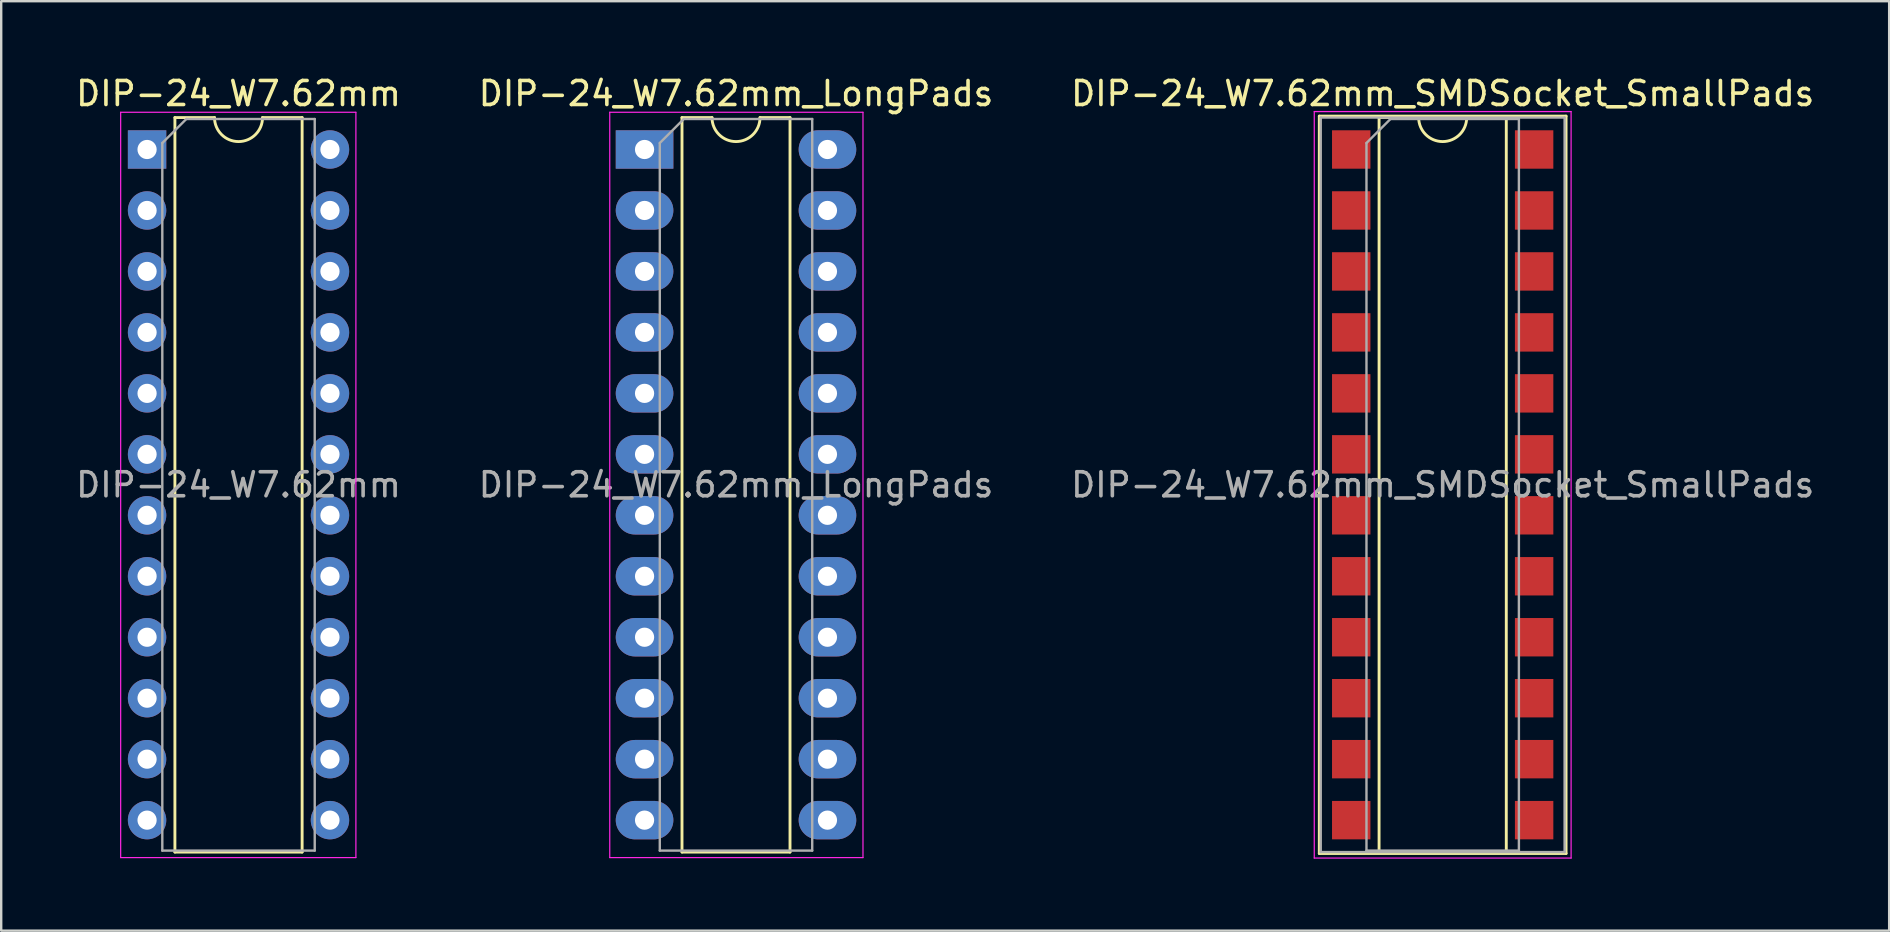
<source format=kicad_pcb>
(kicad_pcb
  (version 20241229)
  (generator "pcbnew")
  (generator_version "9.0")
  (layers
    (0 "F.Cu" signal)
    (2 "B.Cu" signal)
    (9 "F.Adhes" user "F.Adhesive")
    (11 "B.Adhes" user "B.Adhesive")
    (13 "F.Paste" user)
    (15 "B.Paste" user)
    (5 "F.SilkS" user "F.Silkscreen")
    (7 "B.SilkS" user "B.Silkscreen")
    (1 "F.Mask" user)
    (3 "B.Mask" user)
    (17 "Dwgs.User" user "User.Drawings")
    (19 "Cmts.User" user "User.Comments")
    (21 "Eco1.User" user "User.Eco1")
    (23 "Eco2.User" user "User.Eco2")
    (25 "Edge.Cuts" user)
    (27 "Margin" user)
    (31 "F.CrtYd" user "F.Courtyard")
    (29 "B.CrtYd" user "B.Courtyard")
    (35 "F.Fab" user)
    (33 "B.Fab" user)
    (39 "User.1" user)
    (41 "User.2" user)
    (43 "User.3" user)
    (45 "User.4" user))
  (footprint "DIP-24_W7.62mm_SMDSocket_SmallPads"
    (layer "F.Cu")
    (at 57.054 17.148)
    (property "Reference" "DIP-24_W7.62mm_SMDSocket_SmallPads" (at 0 -16.3 0) (layer "F.SilkS") (effects (font (size 1 1) (thickness 0.15))))
    (attr smd)
    (fp_line (start -5.14 -15.36) (end -5.14 15.36) (stroke (width 0.12) (type solid)) (layer "F.SilkS"))
    (fp_line (start -5.14 15.36) (end 5.14 15.36) (stroke (width 0.12) (type solid)) (layer "F.SilkS"))
    (fp_line (start -2.65 -15.3) (end -2.65 15.3) (stroke (width 0.12) (type solid)) (layer "F.SilkS"))
    (fp_line (start -2.65 15.3) (end 2.65 15.3) (stroke (width 0.12) (type solid)) (layer "F.SilkS"))
    (fp_line (start -1 -15.3) (end -2.65 -15.3) (stroke (width 0.12) (type solid)) (layer "F.SilkS"))
    (fp_line (start 2.65 -15.3) (end 1 -15.3) (stroke (width 0.12) (type solid)) (layer "F.SilkS"))
    (fp_line (start 2.65 15.3) (end 2.65 -15.3) (stroke (width 0.12) (type solid)) (layer "F.SilkS"))
    (fp_line (start 5.14 -15.36) (end -5.14 -15.36) (stroke (width 0.12) (type solid)) (layer "F.SilkS"))
    (fp_line (start 5.14 15.36) (end 5.14 -15.36) (stroke (width 0.12) (type solid)) (layer "F.SilkS"))
    (fp_arc (start 1 -15.3) (mid 0 -14.3) (end -1 -15.3) (stroke (width 0.12) (type solid)) (layer "F.SilkS"))
    (fp_line (start -5.35 -15.55) (end -5.35 15.55) (stroke (width 0.05) (type solid)) (layer "F.CrtYd"))
    (fp_line (start -5.35 15.55) (end 5.35 15.55) (stroke (width 0.05) (type solid)) (layer "F.CrtYd"))
    (fp_line (start 5.35 -15.55) (end -5.35 -15.55) (stroke (width 0.05) (type solid)) (layer "F.CrtYd"))
    (fp_line (start 5.35 15.55) (end 5.35 -15.55) (stroke (width 0.05) (type solid)) (layer "F.CrtYd"))
    (fp_line (start -5.08 -15.3) (end -5.08 15.3) (stroke (width 0.1) (type solid)) (layer "F.Fab"))
    (fp_line (start -5.08 15.3) (end 5.08 15.3) (stroke (width 0.1) (type solid)) (layer "F.Fab"))
    (fp_line (start -3.175 -14.24) (end -2.175 -15.24) (stroke (width 0.1) (type solid)) (layer "F.Fab"))
    (fp_line (start -3.175 15.24) (end -3.175 -14.24) (stroke (width 0.1) (type solid)) (layer "F.Fab"))
    (fp_line (start -2.175 -15.24) (end 3.175 -15.24) (stroke (width 0.1) (type solid)) (layer "F.Fab"))
    (fp_line (start 3.175 -15.24) (end 3.175 15.24) (stroke (width 0.1) (type solid)) (layer "F.Fab"))
    (fp_line (start 3.175 15.24) (end -3.175 15.24) (stroke (width 0.1) (type solid)) (layer "F.Fab"))
    (fp_line (start 5.08 -15.3) (end -5.08 -15.3) (stroke (width 0.1) (type solid)) (layer "F.Fab"))
    (fp_line (start 5.08 15.3) (end 5.08 -15.3) (stroke (width 0.1) (type solid)) (layer "F.Fab"))
    (fp_text user "${REFERENCE}" (at 0 0 0) (layer "F.Fab") (effects (font (size 1 1) (thickness 0.15))))
    (pad "1" smd rect (at -3.81 -13.97) (size 1.6 1.6) (layers "F.Cu" "F.Mask" "F.Paste"))
    (pad "2" smd rect (at -3.81 -11.43) (size 1.6 1.6) (layers "F.Cu" "F.Mask" "F.Paste"))
    (pad "3" smd rect (at -3.81 -8.89) (size 1.6 1.6) (layers "F.Cu" "F.Mask" "F.Paste"))
    (pad "4" smd rect (at -3.81 -6.35) (size 1.6 1.6) (layers "F.Cu" "F.Mask" "F.Paste"))
    (pad "5" smd rect (at -3.81 -3.81) (size 1.6 1.6) (layers "F.Cu" "F.Mask" "F.Paste"))
    (pad "6" smd rect (at -3.81 -1.27) (size 1.6 1.6) (layers "F.Cu" "F.Mask" "F.Paste"))
    (pad "7" smd rect (at -3.81 1.27) (size 1.6 1.6) (layers "F.Cu" "F.Mask" "F.Paste"))
    (pad "8" smd rect (at -3.81 3.81) (size 1.6 1.6) (layers "F.Cu" "F.Mask" "F.Paste"))
    (pad "9" smd rect (at -3.81 6.35) (size 1.6 1.6) (layers "F.Cu" "F.Mask" "F.Paste"))
    (pad "10" smd rect (at -3.81 8.89) (size 1.6 1.6) (layers "F.Cu" "F.Mask" "F.Paste"))
    (pad "11" smd rect (at -3.81 11.43) (size 1.6 1.6) (layers "F.Cu" "F.Mask" "F.Paste"))
    (pad "12" smd rect (at -3.81 13.97) (size 1.6 1.6) (layers "F.Cu" "F.Mask" "F.Paste"))
    (pad "13" smd rect (at 3.81 13.97) (size 1.6 1.6) (layers "F.Cu" "F.Mask" "F.Paste"))
    (pad "14" smd rect (at 3.81 11.43) (size 1.6 1.6) (layers "F.Cu" "F.Mask" "F.Paste"))
    (pad "15" smd rect (at 3.81 8.89) (size 1.6 1.6) (layers "F.Cu" "F.Mask" "F.Paste"))
    (pad "16" smd rect (at 3.81 6.35) (size 1.6 1.6) (layers "F.Cu" "F.Mask" "F.Paste"))
    (pad "17" smd rect (at 3.81 3.81) (size 1.6 1.6) (layers "F.Cu" "F.Mask" "F.Paste"))
    (pad "18" smd rect (at 3.81 1.27) (size 1.6 1.6) (layers "F.Cu" "F.Mask" "F.Paste"))
    (pad "19" smd rect (at 3.81 -1.27) (size 1.6 1.6) (layers "F.Cu" "F.Mask" "F.Paste"))
    (pad "20" smd rect (at 3.81 -3.81) (size 1.6 1.6) (layers "F.Cu" "F.Mask" "F.Paste"))
    (pad "21" smd rect (at 3.81 -6.35) (size 1.6 1.6) (layers "F.Cu" "F.Mask" "F.Paste"))
    (pad "22" smd rect (at 3.81 -8.89) (size 1.6 1.6) (layers "F.Cu" "F.Mask" "F.Paste"))
    (pad "23" smd rect (at 3.81 -11.43) (size 1.6 1.6) (layers "F.Cu" "F.Mask" "F.Paste"))
    (pad "24" smd rect (at 3.81 -13.97) (size 1.6 1.6) (layers "F.Cu" "F.Mask" "F.Paste")))
  (footprint "DIP-24_W7.62mm"
    (layer "F.Cu")
    (at 3.077 3.178)
    (property "Reference" "DIP-24_W7.62mm" (at 3.81 -2.33 0) (layer "F.SilkS") (effects (font (size 1 1) (thickness 0.15))))
    (attr through_hole)
    (fp_line (start 1.16 -1.33) (end 1.16 29.27) (stroke (width 0.12) (type solid)) (layer "F.SilkS"))
    (fp_line (start 1.16 29.27) (end 6.46 29.27) (stroke (width 0.12) (type solid)) (layer "F.SilkS"))
    (fp_line (start 2.81 -1.33) (end 1.16 -1.33) (stroke (width 0.12) (type solid)) (layer "F.SilkS"))
    (fp_line (start 6.46 -1.33) (end 4.81 -1.33) (stroke (width 0.12) (type solid)) (layer "F.SilkS"))
    (fp_line (start 6.46 29.27) (end 6.46 -1.33) (stroke (width 0.12) (type solid)) (layer "F.SilkS"))
    (fp_arc (start 4.81 -1.33) (mid 3.81 -0.33) (end 2.81 -1.33) (stroke (width 0.12) (type solid)) (layer "F.SilkS"))
    (fp_line (start -1.1 -1.55) (end -1.1 29.5) (stroke (width 0.05) (type solid)) (layer "F.CrtYd"))
    (fp_line (start -1.1 29.5) (end 8.7 29.5) (stroke (width 0.05) (type solid)) (layer "F.CrtYd"))
    (fp_line (start 8.7 -1.55) (end -1.1 -1.55) (stroke (width 0.05) (type solid)) (layer "F.CrtYd"))
    (fp_line (start 8.7 29.5) (end 8.7 -1.55) (stroke (width 0.05) (type solid)) (layer "F.CrtYd"))
    (fp_line (start 0.635 -0.27) (end 1.635 -1.27) (stroke (width 0.1) (type solid)) (layer "F.Fab"))
    (fp_line (start 0.635 29.21) (end 0.635 -0.27) (stroke (width 0.1) (type solid)) (layer "F.Fab"))
    (fp_line (start 1.635 -1.27) (end 6.985 -1.27) (stroke (width 0.1) (type solid)) (layer "F.Fab"))
    (fp_line (start 6.985 -1.27) (end 6.985 29.21) (stroke (width 0.1) (type solid)) (layer "F.Fab"))
    (fp_line (start 6.985 29.21) (end 0.635 29.21) (stroke (width 0.1) (type solid)) (layer "F.Fab"))
    (fp_text user "${REFERENCE}" (at 3.81 13.97 0) (layer "F.Fab") (effects (font (size 1 1) (thickness 0.15))))
    (pad "1" thru_hole rect (at 0 0) (size 1.6 1.6) (drill 0.8) (layers "*.Cu" "*.Mask"))
    (pad "2" thru_hole oval (at 0 2.54) (size 1.6 1.6) (drill 0.8) (layers "*.Cu" "*.Mask"))
    (pad "3" thru_hole oval (at 0 5.08) (size 1.6 1.6) (drill 0.8) (layers "*.Cu" "*.Mask"))
    (pad "4" thru_hole oval (at 0 7.62) (size 1.6 1.6) (drill 0.8) (layers "*.Cu" "*.Mask"))
    (pad "5" thru_hole oval (at 0 10.16) (size 1.6 1.6) (drill 0.8) (layers "*.Cu" "*.Mask"))
    (pad "6" thru_hole oval (at 0 12.7) (size 1.6 1.6) (drill 0.8) (layers "*.Cu" "*.Mask"))
    (pad "7" thru_hole oval (at 0 15.24) (size 1.6 1.6) (drill 0.8) (layers "*.Cu" "*.Mask"))
    (pad "8" thru_hole oval (at 0 17.78) (size 1.6 1.6) (drill 0.8) (layers "*.Cu" "*.Mask"))
    (pad "9" thru_hole oval (at 0 20.32) (size 1.6 1.6) (drill 0.8) (layers "*.Cu" "*.Mask"))
    (pad "10" thru_hole oval (at 0 22.86) (size 1.6 1.6) (drill 0.8) (layers "*.Cu" "*.Mask"))
    (pad "11" thru_hole oval (at 0 25.4) (size 1.6 1.6) (drill 0.8) (layers "*.Cu" "*.Mask"))
    (pad "12" thru_hole oval (at 0 27.94) (size 1.6 1.6) (drill 0.8) (layers "*.Cu" "*.Mask"))
    (pad "13" thru_hole oval (at 7.62 27.94) (size 1.6 1.6) (drill 0.8) (layers "*.Cu" "*.Mask"))
    (pad "14" thru_hole oval (at 7.62 25.4) (size 1.6 1.6) (drill 0.8) (layers "*.Cu" "*.Mask"))
    (pad "15" thru_hole oval (at 7.62 22.86) (size 1.6 1.6) (drill 0.8) (layers "*.Cu" "*.Mask"))
    (pad "16" thru_hole oval (at 7.62 20.32) (size 1.6 1.6) (drill 0.8) (layers "*.Cu" "*.Mask"))
    (pad "17" thru_hole oval (at 7.62 17.78) (size 1.6 1.6) (drill 0.8) (layers "*.Cu" "*.Mask"))
    (pad "18" thru_hole oval (at 7.62 15.24) (size 1.6 1.6) (drill 0.8) (layers "*.Cu" "*.Mask"))
    (pad "19" thru_hole oval (at 7.62 12.7) (size 1.6 1.6) (drill 0.8) (layers "*.Cu" "*.Mask"))
    (pad "20" thru_hole oval (at 7.62 10.16) (size 1.6 1.6) (drill 0.8) (layers "*.Cu" "*.Mask"))
    (pad "21" thru_hole oval (at 7.62 7.62) (size 1.6 1.6) (drill 0.8) (layers "*.Cu" "*.Mask"))
    (pad "22" thru_hole oval (at 7.62 5.08) (size 1.6 1.6) (drill 0.8) (layers "*.Cu" "*.Mask"))
    (pad "23" thru_hole oval (at 7.62 2.54) (size 1.6 1.6) (drill 0.8) (layers "*.Cu" "*.Mask"))
    (pad "24" thru_hole oval (at 7.62 0) (size 1.6 1.6) (drill 0.8) (layers "*.Cu" "*.Mask")))
  (footprint "DIP-24_W7.62mm_LongPads"
    (layer "F.Cu")
    (at 23.803 3.178)
    (property "Reference" "DIP-24_W7.62mm_LongPads" (at 3.81 -2.33 0) (layer "F.SilkS") (effects (font (size 1 1) (thickness 0.15))))
    (attr through_hole)
    (fp_line (start 1.56 -1.33) (end 1.56 29.27) (stroke (width 0.12) (type solid)) (layer "F.SilkS"))
    (fp_line (start 1.56 29.27) (end 6.06 29.27) (stroke (width 0.12) (type solid)) (layer "F.SilkS"))
    (fp_line (start 2.81 -1.33) (end 1.56 -1.33) (stroke (width 0.12) (type solid)) (layer "F.SilkS"))
    (fp_line (start 6.06 -1.33) (end 4.81 -1.33) (stroke (width 0.12) (type solid)) (layer "F.SilkS"))
    (fp_line (start 6.06 29.27) (end 6.06 -1.33) (stroke (width 0.12) (type solid)) (layer "F.SilkS"))
    (fp_arc (start 4.81 -1.33) (mid 3.81 -0.33) (end 2.81 -1.33) (stroke (width 0.12) (type solid)) (layer "F.SilkS"))
    (fp_line (start -1.45 -1.55) (end -1.45 29.5) (stroke (width 0.05) (type solid)) (layer "F.CrtYd"))
    (fp_line (start -1.45 29.5) (end 9.1 29.5) (stroke (width 0.05) (type solid)) (layer "F.CrtYd"))
    (fp_line (start 9.1 -1.55) (end -1.45 -1.55) (stroke (width 0.05) (type solid)) (layer "F.CrtYd"))
    (fp_line (start 9.1 29.5) (end 9.1 -1.55) (stroke (width 0.05) (type solid)) (layer "F.CrtYd"))
    (fp_line (start 0.635 -0.27) (end 1.635 -1.27) (stroke (width 0.1) (type solid)) (layer "F.Fab"))
    (fp_line (start 0.635 29.21) (end 0.635 -0.27) (stroke (width 0.1) (type solid)) (layer "F.Fab"))
    (fp_line (start 1.635 -1.27) (end 6.985 -1.27) (stroke (width 0.1) (type solid)) (layer "F.Fab"))
    (fp_line (start 6.985 -1.27) (end 6.985 29.21) (stroke (width 0.1) (type solid)) (layer "F.Fab"))
    (fp_line (start 6.985 29.21) (end 0.635 29.21) (stroke (width 0.1) (type solid)) (layer "F.Fab"))
    (fp_text user "${REFERENCE}" (at 3.81 13.97 0) (layer "F.Fab") (effects (font (size 1 1) (thickness 0.15))))
    (pad "1" thru_hole rect (at 0 0) (size 2.4 1.6) (drill 0.8) (layers "*.Cu" "*.Mask"))
    (pad "2" thru_hole oval (at 0 2.54) (size 2.4 1.6) (drill 0.8) (layers "*.Cu" "*.Mask"))
    (pad "3" thru_hole oval (at 0 5.08) (size 2.4 1.6) (drill 0.8) (layers "*.Cu" "*.Mask"))
    (pad "4" thru_hole oval (at 0 7.62) (size 2.4 1.6) (drill 0.8) (layers "*.Cu" "*.Mask"))
    (pad "5" thru_hole oval (at 0 10.16) (size 2.4 1.6) (drill 0.8) (layers "*.Cu" "*.Mask"))
    (pad "6" thru_hole oval (at 0 12.7) (size 2.4 1.6) (drill 0.8) (layers "*.Cu" "*.Mask"))
    (pad "7" thru_hole oval (at 0 15.24) (size 2.4 1.6) (drill 0.8) (layers "*.Cu" "*.Mask"))
    (pad "8" thru_hole oval (at 0 17.78) (size 2.4 1.6) (drill 0.8) (layers "*.Cu" "*.Mask"))
    (pad "9" thru_hole oval (at 0 20.32) (size 2.4 1.6) (drill 0.8) (layers "*.Cu" "*.Mask"))
    (pad "10" thru_hole oval (at 0 22.86) (size 2.4 1.6) (drill 0.8) (layers "*.Cu" "*.Mask"))
    (pad "11" thru_hole oval (at 0 25.4) (size 2.4 1.6) (drill 0.8) (layers "*.Cu" "*.Mask"))
    (pad "12" thru_hole oval (at 0 27.94) (size 2.4 1.6) (drill 0.8) (layers "*.Cu" "*.Mask"))
    (pad "13" thru_hole oval (at 7.62 27.94) (size 2.4 1.6) (drill 0.8) (layers "*.Cu" "*.Mask"))
    (pad "14" thru_hole oval (at 7.62 25.4) (size 2.4 1.6) (drill 0.8) (layers "*.Cu" "*.Mask"))
    (pad "15" thru_hole oval (at 7.62 22.86) (size 2.4 1.6) (drill 0.8) (layers "*.Cu" "*.Mask"))
    (pad "16" thru_hole oval (at 7.62 20.32) (size 2.4 1.6) (drill 0.8) (layers "*.Cu" "*.Mask"))
    (pad "17" thru_hole oval (at 7.62 17.78) (size 2.4 1.6) (drill 0.8) (layers "*.Cu" "*.Mask"))
    (pad "18" thru_hole oval (at 7.62 15.24) (size 2.4 1.6) (drill 0.8) (layers "*.Cu" "*.Mask"))
    (pad "19" thru_hole oval (at 7.62 12.7) (size 2.4 1.6) (drill 0.8) (layers "*.Cu" "*.Mask"))
    (pad "20" thru_hole oval (at 7.62 10.16) (size 2.4 1.6) (drill 0.8) (layers "*.Cu" "*.Mask"))
    (pad "21" thru_hole oval (at 7.62 7.62) (size 2.4 1.6) (drill 0.8) (layers "*.Cu" "*.Mask"))
    (pad "22" thru_hole oval (at 7.62 5.08) (size 2.4 1.6) (drill 0.8) (layers "*.Cu" "*.Mask"))
    (pad "23" thru_hole oval (at 7.62 2.54) (size 2.4 1.6) (drill 0.8) (layers "*.Cu" "*.Mask"))
    (pad "24" thru_hole oval (at 7.62 0) (size 2.4 1.6) (drill 0.8) (layers "*.Cu" "*.Mask")))
  (gr_rect
    (start -3 -3)
    (end 75.655 35.723)
    (stroke (width 0.1) (type default))
    (fill no)
    (layer "Edge.Cuts")))
</source>
